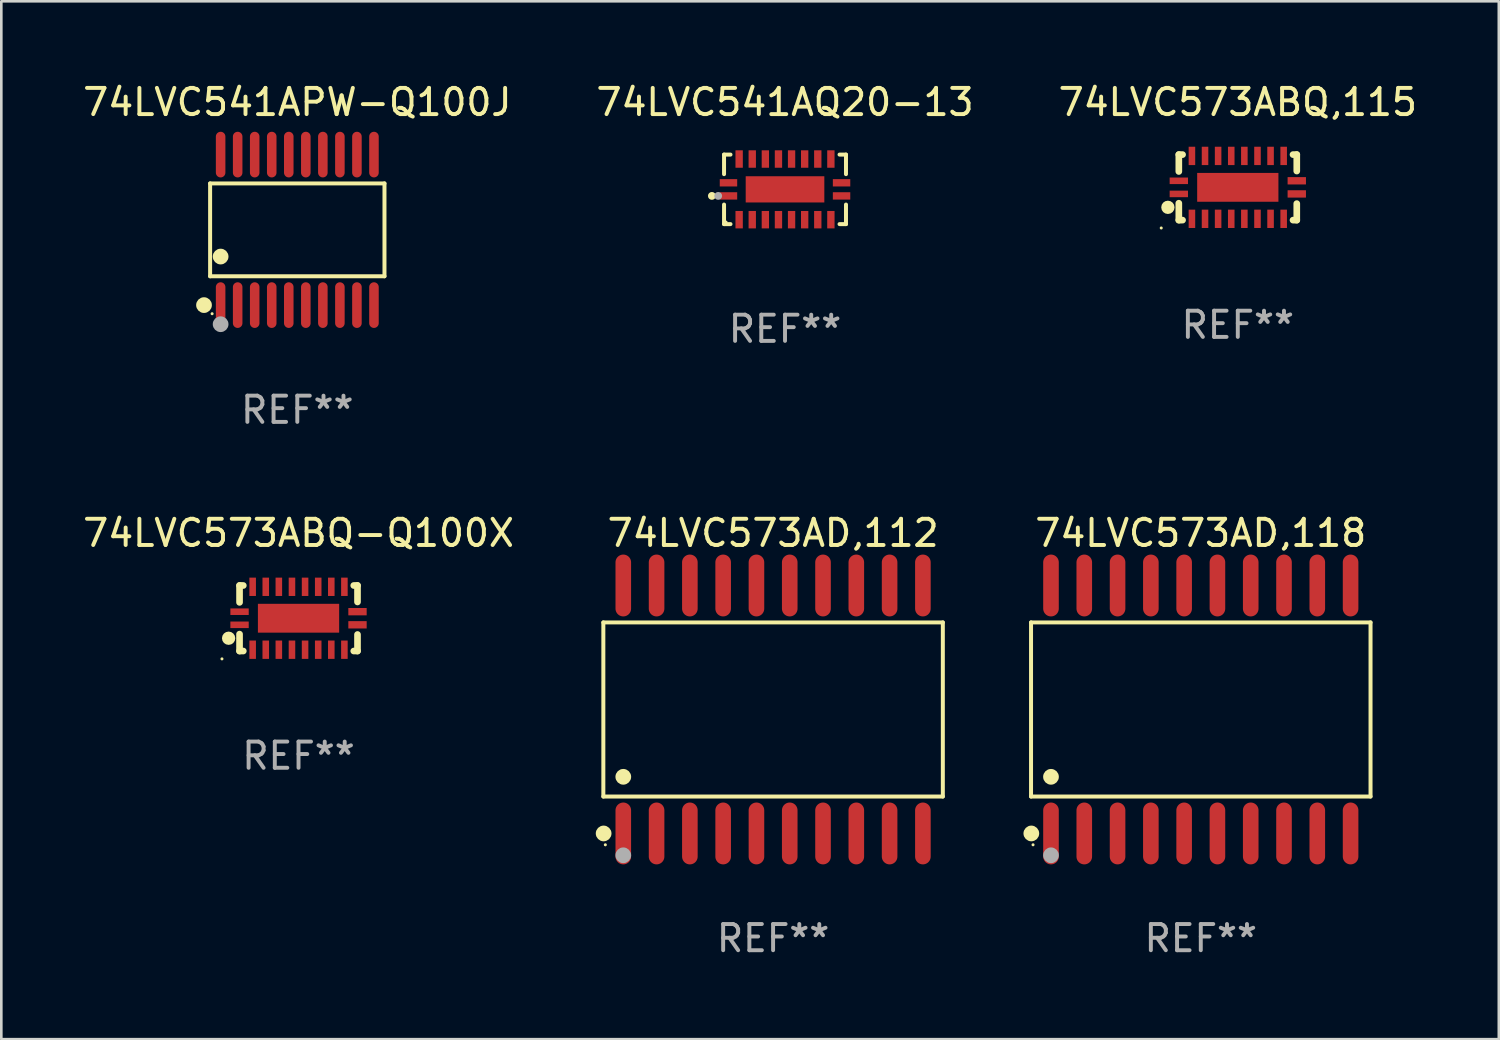
<source format=kicad_pcb>
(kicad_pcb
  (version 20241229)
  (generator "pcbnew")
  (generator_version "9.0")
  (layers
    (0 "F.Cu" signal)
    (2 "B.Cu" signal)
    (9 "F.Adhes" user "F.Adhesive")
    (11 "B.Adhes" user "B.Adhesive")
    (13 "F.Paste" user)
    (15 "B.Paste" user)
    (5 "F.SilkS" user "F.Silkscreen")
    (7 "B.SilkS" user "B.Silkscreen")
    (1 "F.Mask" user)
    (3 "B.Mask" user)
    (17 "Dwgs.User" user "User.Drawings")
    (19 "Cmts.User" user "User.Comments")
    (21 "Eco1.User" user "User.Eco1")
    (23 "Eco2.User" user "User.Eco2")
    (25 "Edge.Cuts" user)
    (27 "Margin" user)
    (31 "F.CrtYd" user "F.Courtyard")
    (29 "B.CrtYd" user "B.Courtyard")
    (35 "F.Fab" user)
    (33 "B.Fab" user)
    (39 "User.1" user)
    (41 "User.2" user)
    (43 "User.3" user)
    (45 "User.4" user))
  (footprint "74LVC573ABQ,115"
    (layer "F.Cu")
    (at 44.173 4.098)
    (property "Reference" "74LVC573ABQ,115" (at 0 -3.25 0) (layer "F.SilkS") (effects (font (size 1 1) (thickness 0.15))))
    (attr through_hole)
    (fp_line (start -2.25 0.605) (end -2.25 1.25) (stroke (width 0.254) (type solid)) (layer "F.SilkS"))
    (fp_line (start -2.25 1.25) (end -2.107 1.25) (stroke (width 0.254) (type solid)) (layer "F.SilkS"))
    (fp_line (start -2.25 -1.25) (end -2.25 -0.606) (stroke (width 0.254) (type solid)) (layer "F.SilkS"))
    (fp_line (start -2.25 -1.25) (end -2.107 -1.25) (stroke (width 0.254) (type solid)) (layer "F.SilkS"))
    (fp_line (start 2.107 -1.25) (end 2.25 -1.25) (stroke (width 0.254) (type solid)) (layer "F.SilkS"))
    (fp_line (start 2.107 1.25) (end 2.25 1.25) (stroke (width 0.254) (type solid)) (layer "F.SilkS"))
    (fp_line (start 2.25 -1.25) (end 2.25 -0.622) (stroke (width 0.254) (type solid)) (layer "F.SilkS"))
    (fp_line (start 2.25 0.62) (end 2.25 1.25) (stroke (width 0.254) (type solid)) (layer "F.SilkS"))
    (fp_circle (center -2.921 1.55) (end -2.891 1.55) (stroke (width 0.06) (type solid)) (fill no) (layer "F.SilkS"))
    (fp_circle (center -2.667 0.762) (end -2.54 0.762) (stroke (width 0.254) (type solid)) (fill no) (layer "F.SilkS"))
    (fp_text user "REF**" (at 0 5.25 0) (layer "F.Fab") (effects (font (size 1 1) (thickness 0.15))))
    (pad "1" smd rect (at -2.25 0.25 180) (size 0.7 0.25) (layers "F.Cu" "F.Mask" "F.Paste"))
    (pad "2" smd rect (at -1.75 1.2 90) (size 0.7 0.25) (layers "F.Cu" "F.Mask" "F.Paste"))
    (pad "3" smd rect (at -1.25 1.2 90) (size 0.7 0.25) (layers "F.Cu" "F.Mask" "F.Paste"))
    (pad "4" smd rect (at -0.751 1.2 90) (size 0.7 0.25) (layers "F.Cu" "F.Mask" "F.Paste"))
    (pad "5" smd rect (at -0.25 1.2 90) (size 0.7 0.25) (layers "F.Cu" "F.Mask" "F.Paste"))
    (pad "6" smd rect (at 0.25 1.2 90) (size 0.7 0.25) (layers "F.Cu" "F.Mask" "F.Paste"))
    (pad "7" smd rect (at 0.751 1.2 90) (size 0.7 0.25) (layers "F.Cu" "F.Mask" "F.Paste"))
    (pad "8" smd rect (at 1.25 1.2 90) (size 0.7 0.25) (layers "F.Cu" "F.Mask" "F.Paste"))
    (pad "9" smd rect (at 1.75 1.2 90) (size 0.7 0.25) (layers "F.Cu" "F.Mask" "F.Paste"))
    (pad "10" smd rect (at 2.25 0.25 180) (size 0.7 0.28) (layers "F.Cu" "F.Mask" "F.Paste"))
    (pad "11" smd rect (at 2.25 -0.251 180) (size 0.7 0.28) (layers "F.Cu" "F.Mask" "F.Paste"))
    (pad "12" smd rect (at 1.75 -1.2 90) (size 0.7 0.25) (layers "F.Cu" "F.Mask" "F.Paste"))
    (pad "13" smd rect (at 1.25 -1.2 90) (size 0.7 0.25) (layers "F.Cu" "F.Mask" "F.Paste"))
    (pad "14" smd rect (at 0.751 -1.2 90) (size 0.7 0.25) (layers "F.Cu" "F.Mask" "F.Paste"))
    (pad "15" smd rect (at 0.25 -1.2 90) (size 0.7 0.25) (layers "F.Cu" "F.Mask" "F.Paste"))
    (pad "16" smd rect (at -0.25 -1.2 90) (size 0.7 0.25) (layers "F.Cu" "F.Mask" "F.Paste"))
    (pad "17" smd rect (at -0.751 -1.2 90) (size 0.7 0.25) (layers "F.Cu" "F.Mask" "F.Paste"))
    (pad "18" smd rect (at -1.25 -1.2 90) (size 0.7 0.25) (layers "F.Cu" "F.Mask" "F.Paste"))
    (pad "19" smd rect (at -1.75 -1.2 90) (size 0.7 0.25) (layers "F.Cu" "F.Mask" "F.Paste"))
    (pad "20" smd rect (at -2.25 -0.25 180) (size 0.7 0.25) (layers "F.Cu" "F.Mask" "F.Paste"))
    (pad "21" smd rect (at 0 -0.001 180) (size 3.1 1.1) (layers "F.Cu" "F.Mask" "F.Paste")))
  (footprint "74LVC541AQ20-13"
    (layer "F.Cu")
    (at 26.899 4.174)
    (property "Reference" "74LVC541AQ20-13" (at 0 -3.326 0) (layer "F.SilkS") (effects (font (size 1 1) (thickness 0.15))))
    (attr through_hole)
    (fp_line (start -2.326 -1.326) (end -2.08 -1.326) (stroke (width 0.152) (type solid)) (layer "F.SilkS"))
    (fp_line (start -2.326 -0.58) (end -2.326 -1.326) (stroke (width 0.152) (type solid)) (layer "F.SilkS"))
    (fp_line (start -2.326 0.58) (end -2.326 1.326) (stroke (width 0.152) (type solid)) (layer "F.SilkS"))
    (fp_line (start -2.326 1.326) (end -2.08 1.326) (stroke (width 0.152) (type solid)) (layer "F.SilkS"))
    (fp_line (start 2.326 -1.326) (end 2.08 -1.326) (stroke (width 0.152) (type solid)) (layer "F.SilkS"))
    (fp_line (start 2.326 -0.58) (end 2.326 -1.326) (stroke (width 0.152) (type solid)) (layer "F.SilkS"))
    (fp_line (start 2.326 0.58) (end 2.326 1.326) (stroke (width 0.152) (type solid)) (layer "F.SilkS"))
    (fp_line (start 2.326 1.326) (end 2.08 1.326) (stroke (width 0.152) (type solid)) (layer "F.SilkS"))
    (fp_circle (center -2.79 0.25) (end -2.715 0.25) (stroke (width 0.15) (type solid)) (fill no) (layer "F.SilkS"))
    (fp_circle (center -2.25 1.25) (end -2.22 1.25) (stroke (width 0.06) (type solid)) (fill no) (layer "F.SilkS"))
    (fp_circle (center -2.55 0.25) (end -2.475 0.25) (stroke (width 0.15) (type solid)) (fill no) (layer "F.Fab"))
    (fp_text user "REF**" (at 0 5.326 0) (layer "F.Fab") (effects (font (size 1 1) (thickness 0.15))))
    (pad "1" smd rect (at -2.157 0.25) (size 0.665 0.28) (layers "F.Cu" "F.Mask" "F.Paste"))
    (pad "2" smd rect (at -1.75 1.157) (size 0.28 0.665) (layers "F.Cu" "F.Mask" "F.Paste"))
    (pad "3" smd rect (at -1.25 1.157) (size 0.28 0.665) (layers "F.Cu" "F.Mask" "F.Paste"))
    (pad "4" smd rect (at -0.75 1.157) (size 0.28 0.665) (layers "F.Cu" "F.Mask" "F.Paste"))
    (pad "5" smd rect (at -0.25 1.157) (size 0.28 0.665) (layers "F.Cu" "F.Mask" "F.Paste"))
    (pad "6" smd rect (at 0.25 1.157) (size 0.28 0.665) (layers "F.Cu" "F.Mask" "F.Paste"))
    (pad "7" smd rect (at 0.75 1.157) (size 0.28 0.665) (layers "F.Cu" "F.Mask" "F.Paste"))
    (pad "8" smd rect (at 1.25 1.157) (size 0.28 0.665) (layers "F.Cu" "F.Mask" "F.Paste"))
    (pad "9" smd rect (at 1.75 1.157) (size 0.28 0.665) (layers "F.Cu" "F.Mask" "F.Paste"))
    (pad "10" smd rect (at 2.157 0.25) (size 0.665 0.28) (layers "F.Cu" "F.Mask" "F.Paste"))
    (pad "11" smd rect (at 2.157 -0.25) (size 0.665 0.28) (layers "F.Cu" "F.Mask" "F.Paste"))
    (pad "12" smd rect (at 1.75 -1.157) (size 0.28 0.665) (layers "F.Cu" "F.Mask" "F.Paste"))
    (pad "13" smd rect (at 1.25 -1.157) (size 0.28 0.665) (layers "F.Cu" "F.Mask" "F.Paste"))
    (pad "14" smd rect (at 0.75 -1.157) (size 0.28 0.665) (layers "F.Cu" "F.Mask" "F.Paste"))
    (pad "15" smd rect (at 0.25 -1.157) (size 0.28 0.665) (layers "F.Cu" "F.Mask" "F.Paste"))
    (pad "16" smd rect (at -0.25 -1.157) (size 0.28 0.665) (layers "F.Cu" "F.Mask" "F.Paste"))
    (pad "17" smd rect (at -0.75 -1.157) (size 0.28 0.665) (layers "F.Cu" "F.Mask" "F.Paste"))
    (pad "18" smd rect (at -1.25 -1.157) (size 0.28 0.665) (layers "F.Cu" "F.Mask" "F.Paste"))
    (pad "19" smd rect (at -1.75 -1.157) (size 0.28 0.665) (layers "F.Cu" "F.Mask" "F.Paste"))
    (pad "20" smd rect (at -2.157 -0.25) (size 0.665 0.28) (layers "F.Cu" "F.Mask" "F.Paste"))
    (pad "21" smd rect (at 0 0) (size 3 1) (layers "F.Cu" "F.Mask" "F.Paste")))
  (footprint "74LVC573AD,112"
    (layer "F.Cu")
    (at 26.444 24.017)
    (property "Reference" "74LVC573AD,112" (at 0 -6.73 0) (layer "F.SilkS") (effects (font (size 1 1) (thickness 0.15))))
    (attr through_hole)
    (fp_line (start -6.476 -3.321) (end 6.476 -3.321) (stroke (width 0.152) (type solid)) (layer "F.SilkS"))
    (fp_line (start -6.476 3.321) (end -6.476 -3.321) (stroke (width 0.152) (type solid)) (layer "F.SilkS"))
    (fp_line (start 6.476 -3.321) (end 6.476 3.321) (stroke (width 0.152) (type solid)) (layer "F.SilkS"))
    (fp_line (start 6.476 3.321) (end -6.476 3.321) (stroke (width 0.152) (type solid)) (layer "F.SilkS"))
    (fp_circle (center -6.465 4.73) (end -6.315 4.73) (stroke (width 0.3) (type solid)) (fill no) (layer "F.SilkS"))
    (fp_circle (center -6.4 5.163) (end -6.37 5.163) (stroke (width 0.06) (type solid)) (fill no) (layer "F.SilkS"))
    (fp_circle (center -5.715 2.569) (end -5.565 2.569) (stroke (width 0.3) (type solid)) (fill no) (layer "F.SilkS"))
    (fp_circle (center -5.715 5.563) (end -5.565 5.563) (stroke (width 0.3) (type solid)) (fill no) (layer "F.Fab"))
    (fp_text user "REF**" (at 0 8.73 0) (layer "F.Fab") (effects (font (size 1 1) (thickness 0.15))))
    (pad "1" smd oval (at -5.715 4.73) (size 0.595 2.36) (layers "F.Cu" "F.Mask" "F.Paste"))
    (pad "2" smd oval (at -4.445 4.73) (size 0.595 2.36) (layers "F.Cu" "F.Mask" "F.Paste"))
    (pad "3" smd oval (at -3.175 4.73) (size 0.595 2.36) (layers "F.Cu" "F.Mask" "F.Paste"))
    (pad "4" smd oval (at -1.905 4.73) (size 0.595 2.36) (layers "F.Cu" "F.Mask" "F.Paste"))
    (pad "5" smd oval (at -0.635 4.73) (size 0.595 2.36) (layers "F.Cu" "F.Mask" "F.Paste"))
    (pad "6" smd oval (at 0.635 4.73) (size 0.595 2.36) (layers "F.Cu" "F.Mask" "F.Paste"))
    (pad "7" smd oval (at 1.905 4.73) (size 0.595 2.36) (layers "F.Cu" "F.Mask" "F.Paste"))
    (pad "8" smd oval (at 3.175 4.73) (size 0.595 2.36) (layers "F.Cu" "F.Mask" "F.Paste"))
    (pad "9" smd oval (at 4.445 4.73) (size 0.595 2.36) (layers "F.Cu" "F.Mask" "F.Paste"))
    (pad "10" smd oval (at 5.715 4.73) (size 0.595 2.36) (layers "F.Cu" "F.Mask" "F.Paste"))
    (pad "11" smd oval (at 5.715 -4.73) (size 0.595 2.36) (layers "F.Cu" "F.Mask" "F.Paste"))
    (pad "12" smd oval (at 4.445 -4.73) (size 0.595 2.36) (layers "F.Cu" "F.Mask" "F.Paste"))
    (pad "13" smd oval (at 3.175 -4.73) (size 0.595 2.36) (layers "F.Cu" "F.Mask" "F.Paste"))
    (pad "14" smd oval (at 1.905 -4.73) (size 0.595 2.36) (layers "F.Cu" "F.Mask" "F.Paste"))
    (pad "15" smd oval (at 0.635 -4.73) (size 0.595 2.36) (layers "F.Cu" "F.Mask" "F.Paste"))
    (pad "16" smd oval (at -0.635 -4.73) (size 0.595 2.36) (layers "F.Cu" "F.Mask" "F.Paste"))
    (pad "17" smd oval (at -1.905 -4.73) (size 0.595 2.36) (layers "F.Cu" "F.Mask" "F.Paste"))
    (pad "18" smd oval (at -3.175 -4.73) (size 0.595 2.36) (layers "F.Cu" "F.Mask" "F.Paste"))
    (pad "19" smd oval (at -4.445 -4.73) (size 0.595 2.36) (layers "F.Cu" "F.Mask" "F.Paste"))
    (pad "20" smd oval (at -5.715 -4.73) (size 0.595 2.36) (layers "F.Cu" "F.Mask" "F.Paste")))
  (footprint "74LVC573ABQ-Q100X"
    (layer "F.Cu")
    (at 8.339 20.537)
    (property "Reference" "74LVC573ABQ-Q100X" (at 0 -3.25 0) (layer "F.SilkS") (effects (font (size 1 1) (thickness 0.15))))
    (attr through_hole)
    (fp_line (start -2.25 0.605) (end -2.25 1.25) (stroke (width 0.254) (type solid)) (layer "F.SilkS"))
    (fp_line (start -2.25 1.25) (end -2.107 1.25) (stroke (width 0.254) (type solid)) (layer "F.SilkS"))
    (fp_line (start -2.25 -1.25) (end -2.25 -0.606) (stroke (width 0.254) (type solid)) (layer "F.SilkS"))
    (fp_line (start -2.25 -1.25) (end -2.107 -1.25) (stroke (width 0.254) (type solid)) (layer "F.SilkS"))
    (fp_line (start 2.107 -1.25) (end 2.25 -1.25) (stroke (width 0.254) (type solid)) (layer "F.SilkS"))
    (fp_line (start 2.107 1.25) (end 2.25 1.25) (stroke (width 0.254) (type solid)) (layer "F.SilkS"))
    (fp_line (start 2.25 -1.25) (end 2.25 -0.622) (stroke (width 0.254) (type solid)) (layer "F.SilkS"))
    (fp_line (start 2.25 0.62) (end 2.25 1.25) (stroke (width 0.254) (type solid)) (layer "F.SilkS"))
    (fp_circle (center -2.921 1.55) (end -2.891 1.55) (stroke (width 0.06) (type solid)) (fill no) (layer "F.SilkS"))
    (fp_circle (center -2.667 0.762) (end -2.54 0.762) (stroke (width 0.254) (type solid)) (fill no) (layer "F.SilkS"))
    (fp_text user "REF**" (at 0 5.25 0) (layer "F.Fab") (effects (font (size 1 1) (thickness 0.15))))
    (pad "1" smd rect (at -2.25 0.25 180) (size 0.7 0.25) (layers "F.Cu" "F.Mask" "F.Paste"))
    (pad "2" smd rect (at -1.75 1.2 90) (size 0.7 0.25) (layers "F.Cu" "F.Mask" "F.Paste"))
    (pad "3" smd rect (at -1.25 1.2 90) (size 0.7 0.25) (layers "F.Cu" "F.Mask" "F.Paste"))
    (pad "4" smd rect (at -0.751 1.2 90) (size 0.7 0.25) (layers "F.Cu" "F.Mask" "F.Paste"))
    (pad "5" smd rect (at -0.25 1.2 90) (size 0.7 0.25) (layers "F.Cu" "F.Mask" "F.Paste"))
    (pad "6" smd rect (at 0.25 1.2 90) (size 0.7 0.25) (layers "F.Cu" "F.Mask" "F.Paste"))
    (pad "7" smd rect (at 0.751 1.2 90) (size 0.7 0.25) (layers "F.Cu" "F.Mask" "F.Paste"))
    (pad "8" smd rect (at 1.25 1.2 90) (size 0.7 0.25) (layers "F.Cu" "F.Mask" "F.Paste"))
    (pad "9" smd rect (at 1.75 1.2 90) (size 0.7 0.25) (layers "F.Cu" "F.Mask" "F.Paste"))
    (pad "10" smd rect (at 2.25 0.25 180) (size 0.7 0.28) (layers "F.Cu" "F.Mask" "F.Paste"))
    (pad "11" smd rect (at 2.25 -0.251 180) (size 0.7 0.28) (layers "F.Cu" "F.Mask" "F.Paste"))
    (pad "12" smd rect (at 1.75 -1.2 90) (size 0.7 0.25) (layers "F.Cu" "F.Mask" "F.Paste"))
    (pad "13" smd rect (at 1.25 -1.2 90) (size 0.7 0.25) (layers "F.Cu" "F.Mask" "F.Paste"))
    (pad "14" smd rect (at 0.751 -1.2 90) (size 0.7 0.25) (layers "F.Cu" "F.Mask" "F.Paste"))
    (pad "15" smd rect (at 0.25 -1.2 90) (size 0.7 0.25) (layers "F.Cu" "F.Mask" "F.Paste"))
    (pad "16" smd rect (at -0.25 -1.2 90) (size 0.7 0.25) (layers "F.Cu" "F.Mask" "F.Paste"))
    (pad "17" smd rect (at -0.751 -1.2 90) (size 0.7 0.25) (layers "F.Cu" "F.Mask" "F.Paste"))
    (pad "18" smd rect (at -1.25 -1.2 90) (size 0.7 0.25) (layers "F.Cu" "F.Mask" "F.Paste"))
    (pad "19" smd rect (at -1.75 -1.2 90) (size 0.7 0.25) (layers "F.Cu" "F.Mask" "F.Paste"))
    (pad "20" smd rect (at -2.25 -0.25 180) (size 0.7 0.25) (layers "F.Cu" "F.Mask" "F.Paste"))
    (pad "21" smd rect (at 0 -0.001 180) (size 3.1 1.1) (layers "F.Cu" "F.Mask" "F.Paste")))
  (footprint "74LVC573AD,118"
    (layer "F.Cu")
    (at 42.761 24.017)
    (property "Reference" "74LVC573AD,118" (at 0 -6.73 0) (layer "F.SilkS") (effects (font (size 1 1) (thickness 0.15))))
    (attr through_hole)
    (fp_line (start -6.476 -3.321) (end 6.476 -3.321) (stroke (width 0.152) (type solid)) (layer "F.SilkS"))
    (fp_line (start -6.476 3.321) (end -6.476 -3.321) (stroke (width 0.152) (type solid)) (layer "F.SilkS"))
    (fp_line (start 6.476 -3.321) (end 6.476 3.321) (stroke (width 0.152) (type solid)) (layer "F.SilkS"))
    (fp_line (start 6.476 3.321) (end -6.476 3.321) (stroke (width 0.152) (type solid)) (layer "F.SilkS"))
    (fp_circle (center -6.465 4.73) (end -6.315 4.73) (stroke (width 0.3) (type solid)) (fill no) (layer "F.SilkS"))
    (fp_circle (center -6.4 5.163) (end -6.37 5.163) (stroke (width 0.06) (type solid)) (fill no) (layer "F.SilkS"))
    (fp_circle (center -5.715 2.569) (end -5.565 2.569) (stroke (width 0.3) (type solid)) (fill no) (layer "F.SilkS"))
    (fp_circle (center -5.715 5.563) (end -5.565 5.563) (stroke (width 0.3) (type solid)) (fill no) (layer "F.Fab"))
    (fp_text user "REF**" (at 0 8.73 0) (layer "F.Fab") (effects (font (size 1 1) (thickness 0.15))))
    (pad "1" smd oval (at -5.715 4.73) (size 0.595 2.36) (layers "F.Cu" "F.Mask" "F.Paste"))
    (pad "2" smd oval (at -4.445 4.73) (size 0.595 2.36) (layers "F.Cu" "F.Mask" "F.Paste"))
    (pad "3" smd oval (at -3.175 4.73) (size 0.595 2.36) (layers "F.Cu" "F.Mask" "F.Paste"))
    (pad "4" smd oval (at -1.905 4.73) (size 0.595 2.36) (layers "F.Cu" "F.Mask" "F.Paste"))
    (pad "5" smd oval (at -0.635 4.73) (size 0.595 2.36) (layers "F.Cu" "F.Mask" "F.Paste"))
    (pad "6" smd oval (at 0.635 4.73) (size 0.595 2.36) (layers "F.Cu" "F.Mask" "F.Paste"))
    (pad "7" smd oval (at 1.905 4.73) (size 0.595 2.36) (layers "F.Cu" "F.Mask" "F.Paste"))
    (pad "8" smd oval (at 3.175 4.73) (size 0.595 2.36) (layers "F.Cu" "F.Mask" "F.Paste"))
    (pad "9" smd oval (at 4.445 4.73) (size 0.595 2.36) (layers "F.Cu" "F.Mask" "F.Paste"))
    (pad "10" smd oval (at 5.715 4.73) (size 0.595 2.36) (layers "F.Cu" "F.Mask" "F.Paste"))
    (pad "11" smd oval (at 5.715 -4.73) (size 0.595 2.36) (layers "F.Cu" "F.Mask" "F.Paste"))
    (pad "12" smd oval (at 4.445 -4.73) (size 0.595 2.36) (layers "F.Cu" "F.Mask" "F.Paste"))
    (pad "13" smd oval (at 3.175 -4.73) (size 0.595 2.36) (layers "F.Cu" "F.Mask" "F.Paste"))
    (pad "14" smd oval (at 1.905 -4.73) (size 0.595 2.36) (layers "F.Cu" "F.Mask" "F.Paste"))
    (pad "15" smd oval (at 0.635 -4.73) (size 0.595 2.36) (layers "F.Cu" "F.Mask" "F.Paste"))
    (pad "16" smd oval (at -0.635 -4.73) (size 0.595 2.36) (layers "F.Cu" "F.Mask" "F.Paste"))
    (pad "17" smd oval (at -1.905 -4.73) (size 0.595 2.36) (layers "F.Cu" "F.Mask" "F.Paste"))
    (pad "18" smd oval (at -3.175 -4.73) (size 0.595 2.36) (layers "F.Cu" "F.Mask" "F.Paste"))
    (pad "19" smd oval (at -4.445 -4.73) (size 0.595 2.36) (layers "F.Cu" "F.Mask" "F.Paste"))
    (pad "20" smd oval (at -5.715 -4.73) (size 0.595 2.36) (layers "F.Cu" "F.Mask" "F.Paste")))
  (footprint "74LVC541APW-Q100J"
    (layer "F.Cu")
    (at 8.292 5.719)
    (property "Reference" "74LVC541APW-Q100J" (at 0 -4.871 0) (layer "F.SilkS") (effects (font (size 1 1) (thickness 0.15))))
    (attr through_hole)
    (fp_line (start -3.326 -1.771) (end 3.326 -1.771) (stroke (width 0.152) (type solid)) (layer "F.SilkS"))
    (fp_line (start -3.326 1.771) (end -3.326 -1.771) (stroke (width 0.152) (type solid)) (layer "F.SilkS"))
    (fp_line (start 3.326 -1.771) (end 3.326 1.771) (stroke (width 0.152) (type solid)) (layer "F.SilkS"))
    (fp_line (start 3.326 1.771) (end -3.326 1.771) (stroke (width 0.152) (type solid)) (layer "F.SilkS"))
    (fp_circle (center -3.559 2.871) (end -3.409 2.871) (stroke (width 0.3) (type solid)) (fill no) (layer "F.SilkS"))
    (fp_circle (center -3.25 3.2) (end -3.22 3.2) (stroke (width 0.06) (type solid)) (fill no) (layer "F.SilkS"))
    (fp_circle (center -2.925 1.019) (end -2.775 1.019) (stroke (width 0.3) (type solid)) (fill no) (layer "F.SilkS"))
    (fp_circle (center -2.925 3.6) (end -2.775 3.6) (stroke (width 0.3) (type solid)) (fill no) (layer "F.Fab"))
    (fp_text user "REF**" (at 0 6.871 0) (layer "F.Fab") (effects (font (size 1 1) (thickness 0.15))))
    (pad "1" smd oval (at -2.925 2.871) (size 0.364 1.742) (layers "F.Cu" "F.Mask" "F.Paste"))
    (pad "2" smd oval (at -2.275 2.871) (size 0.364 1.742) (layers "F.Cu" "F.Mask" "F.Paste"))
    (pad "3" smd oval (at -1.625 2.871) (size 0.364 1.742) (layers "F.Cu" "F.Mask" "F.Paste"))
    (pad "4" smd oval (at -0.975 2.871) (size 0.364 1.742) (layers "F.Cu" "F.Mask" "F.Paste"))
    (pad "5" smd oval (at -0.325 2.871) (size 0.364 1.742) (layers "F.Cu" "F.Mask" "F.Paste"))
    (pad "6" smd oval (at 0.325 2.871) (size 0.364 1.742) (layers "F.Cu" "F.Mask" "F.Paste"))
    (pad "7" smd oval (at 0.975 2.871) (size 0.364 1.742) (layers "F.Cu" "F.Mask" "F.Paste"))
    (pad "8" smd oval (at 1.625 2.871) (size 0.364 1.742) (layers "F.Cu" "F.Mask" "F.Paste"))
    (pad "9" smd oval (at 2.275 2.871) (size 0.364 1.742) (layers "F.Cu" "F.Mask" "F.Paste"))
    (pad "10" smd oval (at 2.925 2.871) (size 0.364 1.742) (layers "F.Cu" "F.Mask" "F.Paste"))
    (pad "11" smd oval (at 2.925 -2.871) (size 0.364 1.742) (layers "F.Cu" "F.Mask" "F.Paste"))
    (pad "12" smd oval (at 2.275 -2.871) (size 0.364 1.742) (layers "F.Cu" "F.Mask" "F.Paste"))
    (pad "13" smd oval (at 1.625 -2.871) (size 0.364 1.742) (layers "F.Cu" "F.Mask" "F.Paste"))
    (pad "14" smd oval (at 0.975 -2.871) (size 0.364 1.742) (layers "F.Cu" "F.Mask" "F.Paste"))
    (pad "15" smd oval (at 0.325 -2.871) (size 0.364 1.742) (layers "F.Cu" "F.Mask" "F.Paste"))
    (pad "16" smd oval (at -0.325 -2.871) (size 0.364 1.742) (layers "F.Cu" "F.Mask" "F.Paste"))
    (pad "17" smd oval (at -0.975 -2.871) (size 0.364 1.742) (layers "F.Cu" "F.Mask" "F.Paste"))
    (pad "18" smd oval (at -1.625 -2.871) (size 0.364 1.742) (layers "F.Cu" "F.Mask" "F.Paste"))
    (pad "19" smd oval (at -2.275 -2.871) (size 0.364 1.742) (layers "F.Cu" "F.Mask" "F.Paste"))
    (pad "20" smd oval (at -2.925 -2.871) (size 0.364 1.742) (layers "F.Cu" "F.Mask" "F.Paste")))
  (gr_rect
    (start -3 -3)
    (end 54.131 36.595)
    (stroke (width 0.1) (type default))
    (fill no)
    (layer "Edge.Cuts")))
</source>
